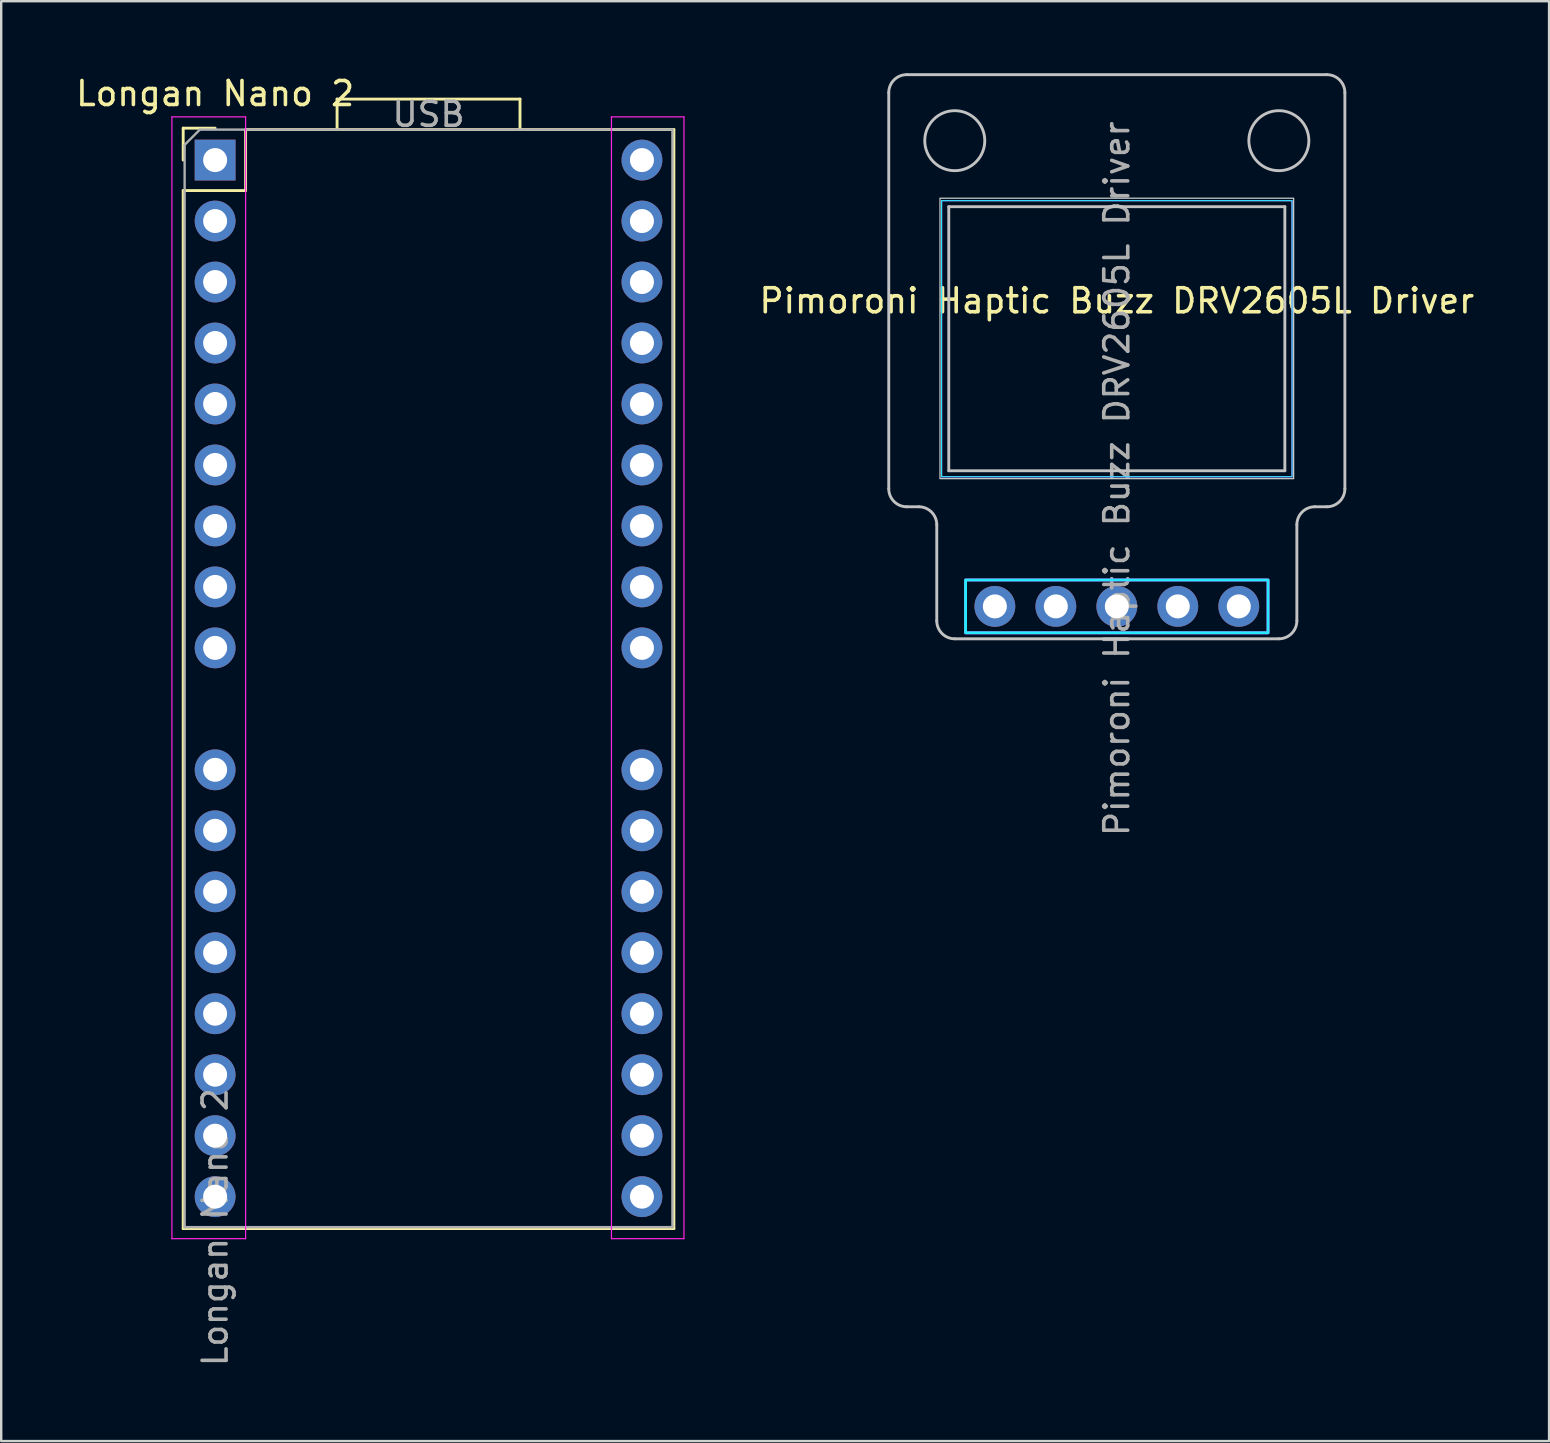
<source format=kicad_pcb>
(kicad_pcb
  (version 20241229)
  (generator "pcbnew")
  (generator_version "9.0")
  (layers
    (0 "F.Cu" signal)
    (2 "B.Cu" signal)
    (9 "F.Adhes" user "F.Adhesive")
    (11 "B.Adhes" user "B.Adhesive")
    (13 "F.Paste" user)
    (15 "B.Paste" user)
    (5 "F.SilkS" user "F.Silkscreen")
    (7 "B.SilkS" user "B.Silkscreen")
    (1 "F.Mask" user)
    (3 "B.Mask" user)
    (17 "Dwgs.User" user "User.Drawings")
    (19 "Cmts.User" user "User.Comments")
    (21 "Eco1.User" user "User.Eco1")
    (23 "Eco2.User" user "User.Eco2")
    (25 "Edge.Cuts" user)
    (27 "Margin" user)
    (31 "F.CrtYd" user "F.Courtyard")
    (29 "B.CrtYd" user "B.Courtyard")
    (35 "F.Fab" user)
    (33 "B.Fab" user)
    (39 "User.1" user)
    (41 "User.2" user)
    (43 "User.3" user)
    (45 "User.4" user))
  (footprint "Longan Nano 2"
    (layer "F.Cu")
    (at 5.911 3.618)
    (property "Reference" "Longan Nano 2" (at 0 -2.77 0) (layer "F.SilkS") (effects (font (size 1 1) (thickness 0.15))))
    (attr through_hole)
    (fp_line (start -1.33 -1.33) (end -1.33 0) (stroke (width 0.12) (type solid)) (layer "F.SilkS"))
    (fp_line (start -1.33 1.27) (end -1.33 44.51) (stroke (width 0.12) (type solid)) (layer "F.SilkS"))
    (fp_line (start -1.33 1.27) (end 1.27 1.27) (stroke (width 0.12) (type solid)) (layer "F.SilkS"))
    (fp_line (start -1.33 44.51) (end 19.11 44.51) (stroke (width 0.12) (type solid)) (layer "F.SilkS"))
    (fp_line (start 0 -1.33) (end -1.33 -1.33) (stroke (width 0.12) (type solid)) (layer "F.SilkS"))
    (fp_line (start 1.27 -1.27) (end 1.27 1.27) (stroke (width 0.12) (type solid)) (layer "F.SilkS"))
    (fp_line (start 1.27 -1.27) (end 19.11 -1.27) (stroke (width 0.12) (type solid)) (layer "F.SilkS"))
    (fp_line (start 5.08 -2.54) (end 12.7 -2.54) (stroke (width 0.12) (type solid)) (layer "F.SilkS"))
    (fp_line (start 5.08 -1.27) (end 5.08 -2.54) (stroke (width 0.12) (type solid)) (layer "F.SilkS"))
    (fp_line (start 12.7 -1.27) (end 12.7 -2.54) (stroke (width 0.12) (type solid)) (layer "F.SilkS"))
    (fp_line (start 19.11 -1.27) (end 19.11 44.51) (stroke (width 0.12) (type solid)) (layer "F.SilkS"))
    (fp_line (start -1.8 -1.8) (end 1.27 -1.8) (stroke (width 0.05) (type solid)) (layer "F.CrtYd"))
    (fp_line (start -1.8 44.93) (end -1.8 -1.8) (stroke (width 0.05) (type solid)) (layer "F.CrtYd"))
    (fp_line (start 1.27 44.93) (end -1.8 44.93) (stroke (width 0.05) (type solid)) (layer "F.CrtYd"))
    (fp_line (start 1.27 44.93) (end 1.27 -1.8) (stroke (width 0.05) (type solid)) (layer "F.CrtYd"))
    (fp_line (start 16.51 -1.8) (end 19.53 -1.8) (stroke (width 0.05) (type solid)) (layer "F.CrtYd"))
    (fp_line (start 16.51 44.93) (end 16.51 -1.8) (stroke (width 0.05) (type solid)) (layer "F.CrtYd"))
    (fp_line (start 19.53 -1.8) (end 19.53 44.93) (stroke (width 0.05) (type solid)) (layer "F.CrtYd"))
    (fp_line (start 19.53 44.93) (end 16.51 44.93) (stroke (width 0.05) (type solid)) (layer "F.CrtYd"))
    (fp_line (start -1.27 -0.635) (end -1.27 44.45) (stroke (width 0.1) (type solid)) (layer "F.Fab"))
    (fp_line (start -0.635 -1.27) (end -1.27 -0.635) (stroke (width 0.1) (type solid)) (layer "F.Fab"))
    (fp_line (start 19.05 -1.27) (end -0.635 -1.27) (stroke (width 0.1) (type solid)) (layer "F.Fab"))
    (fp_line (start 19.05 44.45) (end -1.27 44.45) (stroke (width 0.1) (type solid)) (layer "F.Fab"))
    (fp_line (start 19.05 44.45) (end 19.05 -1.27) (stroke (width 0.1) (type solid)) (layer "F.Fab"))
    (fp_text user "${REFERENCE}" (at 0 44.45 90) (layer "F.Fab") (effects (font (size 1 1) (thickness 0.15))))
    (fp_text user "USB" (at 8.89 -1.905 0) (layer "F.Fab") (effects (font (size 1 1) (thickness 0.15))))
    (pad "1" thru_hole rect (at 0 0) (size 1.7 1.7) (drill 1) (layers "*.Cu" "*.Mask"))
    (pad "2" thru_hole oval (at 0 2.54) (size 1.7 1.7) (drill 1) (layers "*.Cu" "*.Mask"))
    (pad "3" thru_hole oval (at 0 5.08) (size 1.7 1.7) (drill 1) (layers "*.Cu" "*.Mask"))
    (pad "4" thru_hole oval (at 0 7.62) (size 1.7 1.7) (drill 1) (layers "*.Cu" "*.Mask"))
    (pad "5" thru_hole oval (at 0 10.16) (size 1.7 1.7) (drill 1) (layers "*.Cu" "*.Mask"))
    (pad "6" thru_hole oval (at 0 12.7) (size 1.7 1.7) (drill 1) (layers "*.Cu" "*.Mask"))
    (pad "7" thru_hole oval (at 0 15.24) (size 1.7 1.7) (drill 1) (layers "*.Cu" "*.Mask"))
    (pad "8" thru_hole oval (at 0 17.78) (size 1.7 1.7) (drill 1) (layers "*.Cu" "*.Mask"))
    (pad "9" thru_hole oval (at 0 20.32) (size 1.7 1.7) (drill 1) (layers "*.Cu" "*.Mask"))
    (pad "11" thru_hole oval (at 0 25.4) (size 1.7 1.7) (drill 1) (layers "*.Cu" "*.Mask"))
    (pad "12" thru_hole oval (at 0 27.94) (size 1.7 1.7) (drill 1) (layers "*.Cu" "*.Mask"))
    (pad "13" thru_hole oval (at 0 30.48) (size 1.7 1.7) (drill 1) (layers "*.Cu" "*.Mask"))
    (pad "14" thru_hole oval (at 0 33.02) (size 1.7 1.7) (drill 1) (layers "*.Cu" "*.Mask"))
    (pad "15" thru_hole oval (at 0 35.56) (size 1.7 1.7) (drill 1) (layers "*.Cu" "*.Mask"))
    (pad "16" thru_hole oval (at 0 38.1) (size 1.7 1.7) (drill 1) (layers "*.Cu" "*.Mask"))
    (pad "17" thru_hole oval (at 0 40.64) (size 1.7 1.7) (drill 1) (layers "*.Cu" "*.Mask"))
    (pad "18" thru_hole oval (at 0 43.18) (size 1.7 1.7) (drill 1) (layers "*.Cu" "*.Mask"))
    (pad "19" thru_hole oval (at 17.78 43.18 180) (size 1.7 1.7) (drill 1) (layers "*.Cu" "*.Mask"))
    (pad "20" thru_hole oval (at 17.78 40.64 180) (size 1.7 1.7) (drill 1) (layers "*.Cu" "*.Mask"))
    (pad "21" thru_hole oval (at 17.78 38.1 180) (size 1.7 1.7) (drill 1) (layers "*.Cu" "*.Mask"))
    (pad "22" thru_hole oval (at 17.78 35.56 180) (size 1.7 1.7) (drill 1) (layers "*.Cu" "*.Mask"))
    (pad "23" thru_hole oval (at 17.78 33.02 180) (size 1.7 1.7) (drill 1) (layers "*.Cu" "*.Mask"))
    (pad "24" thru_hole oval (at 17.78 30.48 180) (size 1.7 1.7) (drill 1) (layers "*.Cu" "*.Mask"))
    (pad "25" thru_hole oval (at 17.78 27.94 180) (size 1.7 1.7) (drill 1) (layers "*.Cu" "*.Mask"))
    (pad "26" thru_hole oval (at 17.78 25.4 180) (size 1.7 1.7) (drill 1) (layers "*.Cu" "*.Mask"))
    (pad "28" thru_hole oval (at 17.78 20.32 180) (size 1.7 1.7) (drill 1) (layers "*.Cu" "*.Mask"))
    (pad "29" thru_hole oval (at 17.78 17.78 180) (size 1.7 1.7) (drill 1) (layers "*.Cu" "*.Mask"))
    (pad "30" thru_hole oval (at 17.78 15.24 180) (size 1.7 1.7) (drill 1) (layers "*.Cu" "*.Mask"))
    (pad "31" thru_hole oval (at 17.78 12.7 180) (size 1.7 1.7) (drill 1) (layers "*.Cu" "*.Mask"))
    (pad "32" thru_hole oval (at 17.78 10.16 180) (size 1.7 1.7) (drill 1) (layers "*.Cu" "*.Mask"))
    (pad "33" thru_hole oval (at 17.78 7.62 180) (size 1.7 1.7) (drill 1) (layers "*.Cu" "*.Mask"))
    (pad "34" thru_hole oval (at 17.78 5.08 180) (size 1.7 1.7) (drill 1) (layers "*.Cu" "*.Mask"))
    (pad "35" thru_hole oval (at 17.78 2.54 180) (size 1.7 1.7) (drill 1) (layers "*.Cu" "*.Mask"))
    (pad "36" thru_hole oval (at 17.78 0 180) (size 1.7 1.7) (drill 1) (layers "*.Cu" "*.Mask")))
  (footprint "Pimoroni Haptic Buzz DRV2605L Driver"
    (layer "F.Cu")
    (at 43.472 11.81)
    (property "Reference" "Pimoroni Haptic Buzz DRV2605L Driver" (at 0 -2.33 0) (layer "F.SilkS") (effects (font (size 1 1) (thickness 0.15))))
    (attr through_hole)
    (fp_line (start -9.5 -11) (end -9.5 5.5) (stroke (width 0.12) (type solid)) (layer "Dwgs.User"))
    (fp_line (start -8.75 6.25) (end -8.25 6.25) (stroke (width 0.12) (type solid)) (layer "Dwgs.User"))
    (fp_line (start -7.5 11) (end -7.5 7) (stroke (width 0.12) (type solid)) (layer "Dwgs.User"))
    (fp_line (start -7 -6.25) (end -7 4.75) (stroke (width 0.12) (type solid)) (layer "Dwgs.User"))
    (fp_line (start -7 4.75) (end 7 4.75) (stroke (width 0.12) (type solid)) (layer "Dwgs.User"))
    (fp_line (start -6.75 11.75) (end 6.75 11.75) (stroke (width 0.12) (type solid)) (layer "Dwgs.User"))
    (fp_line (start 7 -6.25) (end -7 -6.25) (stroke (width 0.12) (type solid)) (layer "Dwgs.User"))
    (fp_line (start 7 4.75) (end 7 -6.25) (stroke (width 0.12) (type solid)) (layer "Dwgs.User"))
    (fp_line (start 7.5 7) (end 7.5 11) (stroke (width 0.12) (type solid)) (layer "Dwgs.User"))
    (fp_line (start 8.75 -11.75) (end -8.75 -11.75) (stroke (width 0.12) (type solid)) (layer "Dwgs.User"))
    (fp_line (start 8.75 6.25) (end 8.25 6.25) (stroke (width 0.12) (type solid)) (layer "Dwgs.User"))
    (fp_line (start 9.5 5.5) (end 9.5 -11) (stroke (width 0.12) (type solid)) (layer "Dwgs.User"))
    (fp_arc (start -9.5 -11) (mid -9.28033 -11.53033) (end -8.75 -11.75) (stroke (width 0.12) (type solid)) (layer "Dwgs.User"))
    (fp_arc (start -8.75 6.25) (mid -9.28033 6.03033) (end -9.5 5.5) (stroke (width 0.12) (type solid)) (layer "Dwgs.User"))
    (fp_arc (start -8.25 6.25) (mid -7.71967 6.46967) (end -7.5 7) (stroke (width 0.12) (type solid)) (layer "Dwgs.User"))
    (fp_arc (start -6.75 11.75) (mid -7.28033 11.53033) (end -7.5 11) (stroke (width 0.12) (type solid)) (layer "Dwgs.User"))
    (fp_arc (start 7.5 7) (mid 7.71967 6.46967) (end 8.25 6.25) (stroke (width 0.12) (type solid)) (layer "Dwgs.User"))
    (fp_arc (start 7.5 11) (mid 7.28033 11.53033) (end 6.75 11.75) (stroke (width 0.12) (type solid)) (layer "Dwgs.User"))
    (fp_arc (start 8.75 -11.75) (mid 9.28033 -11.53033) (end 9.5 -11) (stroke (width 0.12) (type solid)) (layer "Dwgs.User"))
    (fp_arc (start 9.5 5.5) (mid 9.28033 6.03033) (end 8.75 6.25) (stroke (width 0.12) (type solid)) (layer "Dwgs.User"))
    (fp_circle (center -6.75 -9) (end -5.5 -9) (stroke (width 0.12) (type solid)) (fill no) (layer "Dwgs.User"))
    (fp_circle (center 6.75 -9) (end 8 -9) (stroke (width 0.12) (type solid)) (fill no) (layer "Dwgs.User"))
    (fp_rect (start -7.366 -6.604) (end 7.366 5.08) (stroke (width 0.05) (type default)) (fill no) (layer "Edge.Cuts"))
    (fp_circle (center -6.75 -9) (end -5.5 -9) (stroke (width 0.05) (type default)) (fill no) (layer "Edge.Cuts"))
    (fp_circle (center 6.75 -9) (end 8 -9) (stroke (width 0.05) (type default)) (fill no) (layer "Edge.Cuts"))
    (fp_rect (start -7.3 -6.5) (end 7.3 5) (stroke (width 0.05) (type default)) (fill no) (layer "B.CrtYd"))
    (fp_rect (start -6.3 11.5) (end 6.3 9.3) (stroke (width 0.12) (type solid)) (fill no) (layer "B.CrtYd"))
    (fp_rect (start -7.3 -6.5) (end 7.3 5) (stroke (width 0.05) (type default)) (fill no) (layer "F.CrtYd"))
    (fp_rect (start -6.3 11.5) (end 6.3 9.3) (stroke (width 0.12) (type solid)) (fill no) (layer "F.CrtYd"))
    (fp_text user "${REFERENCE}" (at 0 5.08 90) (layer "F.Fab") (effects (font (size 1 1) (thickness 0.15))))
    (pad "1" thru_hole circle (at -5.08 10.4 90) (size 1.7 1.7) (drill 1) (layers "*.Cu" "*.Mask"))
    (pad "2" thru_hole oval (at -2.54 10.4 90) (size 1.7 1.7) (drill 1) (layers "*.Cu" "*.Mask"))
    (pad "3" thru_hole oval (at 0 10.4 90) (size 1.7 1.7) (drill 1) (layers "*.Cu" "*.Mask"))
    (pad "4" thru_hole oval (at 2.54 10.4 90) (size 1.7 1.7) (drill 1) (layers "*.Cu" "*.Mask"))
    (pad "5" thru_hole oval (at 5.08 10.4 90) (size 1.7 1.7) (drill 1) (layers "*.Cu" "*.Mask")))
  (gr_rect
    (start -3 -3)
    (end 61.478 56.979)
    (stroke (width 0.1) (type default))
    (fill no)
    (layer "Edge.Cuts")))
</source>
